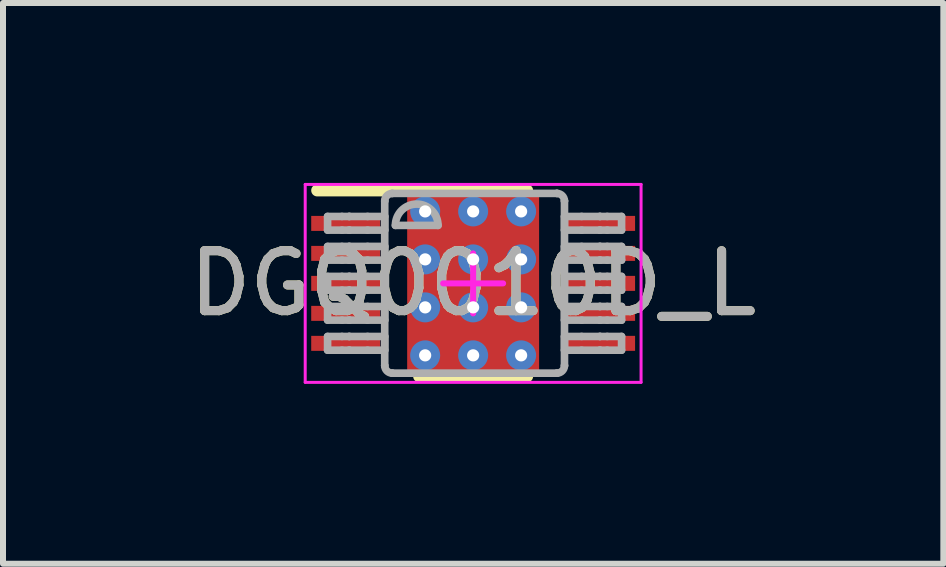
<source format=kicad_pcb>
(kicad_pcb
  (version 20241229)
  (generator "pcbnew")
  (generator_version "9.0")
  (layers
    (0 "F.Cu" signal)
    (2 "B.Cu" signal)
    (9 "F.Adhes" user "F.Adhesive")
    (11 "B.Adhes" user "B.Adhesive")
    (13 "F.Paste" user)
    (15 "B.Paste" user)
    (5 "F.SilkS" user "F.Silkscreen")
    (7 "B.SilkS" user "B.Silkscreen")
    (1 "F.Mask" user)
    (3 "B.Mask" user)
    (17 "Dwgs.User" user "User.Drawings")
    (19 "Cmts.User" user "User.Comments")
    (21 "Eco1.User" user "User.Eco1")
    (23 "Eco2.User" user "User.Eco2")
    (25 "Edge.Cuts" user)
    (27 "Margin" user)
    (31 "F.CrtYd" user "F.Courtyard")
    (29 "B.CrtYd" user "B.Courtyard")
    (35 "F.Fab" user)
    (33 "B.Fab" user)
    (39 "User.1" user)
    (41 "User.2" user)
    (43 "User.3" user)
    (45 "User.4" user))
  (footprint "DGQ0010D_L"
    (layer "F.Cu")
    (at 4.839 1.675)
    (property "Reference" "DGQ0010D_L" (at 0 0 0) (unlocked yes) (layer "F.SilkS") (effects (font (size 1 1) (thickness 0.15))))
    (attr through_hole)
    (fp_poly (pts (xy -0.915 0.899) (xy -0.915 -0.899) (xy -0.914 -0.908) (xy -0.912 -0.917) (xy -0.907 -0.925) (xy -0.902 -0.932) (xy -0.895 -0.937) (xy -0.887 -0.942) (xy -0.878 -0.944) (xy -0.869 -0.945) (xy 0.869 -0.945) (xy 0.878 -0.944) (xy 0.887 -0.942) (xy 0.895 -0.937) (xy 0.902 -0.932) (xy 0.907 -0.925) (xy 0.912 -0.917) (xy 0.914 -0.908) (xy 0.915 -0.899) (xy 0.915 0.899) (xy 0.914 0.908) (xy 0.912 0.917) (xy 0.907 0.925) (xy 0.902 0.932) (xy 0.895 0.937) (xy 0.887 0.942) (xy 0.878 0.944) (xy 0.869 0.945) (xy -0.869 0.945) (xy -0.878 0.944) (xy -0.887 0.942) (xy -0.895 0.937) (xy -0.902 0.932) (xy -0.907 0.925) (xy -0.912 0.917) (xy -0.914 0.908)) (stroke (width 0) (type solid)) (fill yes) (layer "F.Mask"))
    (fp_line (start -2.6 -1.55) (end 0.9 -1.55) (stroke (width 0.2) (type solid)) (layer "F.SilkS"))
    (fp_line (start -0.9 1.55) (end 0.9 1.55) (stroke (width 0.2) (type solid)) (layer "F.SilkS"))
    (fp_poly (pts (xy -0.915 0.899) (xy -0.915 -0.899) (xy -0.914 -0.908) (xy -0.912 -0.917) (xy -0.907 -0.925) (xy -0.902 -0.932) (xy -0.895 -0.937) (xy -0.887 -0.942) (xy -0.878 -0.944) (xy -0.869 -0.945) (xy 0.869 -0.945) (xy 0.878 -0.944) (xy 0.887 -0.942) (xy 0.895 -0.937) (xy 0.902 -0.932) (xy 0.907 -0.925) (xy 0.912 -0.917) (xy 0.914 -0.908) (xy 0.915 -0.899) (xy 0.915 0.899) (xy 0.914 0.908) (xy 0.912 0.917) (xy 0.907 0.925) (xy 0.902 0.932) (xy 0.895 0.937) (xy 0.887 0.942) (xy 0.878 0.944) (xy 0.869 0.945) (xy -0.869 0.945) (xy -0.878 0.944) (xy -0.887 0.942) (xy -0.895 0.937) (xy -0.902 0.932) (xy -0.907 0.925) (xy -0.912 0.917) (xy -0.914 0.908)) (stroke (width 0) (type solid)) (fill yes) (layer "F.Paste"))
    (fp_line (start -2.8 -1.65) (end 2.8 -1.65) (stroke (width 0.05) (type solid)) (layer "F.CrtYd"))
    (fp_line (start -2.8 1.65) (end -2.8 -1.65) (stroke (width 0.05) (type solid)) (layer "F.CrtYd"))
    (fp_line (start -2.8 1.65) (end 2.8 1.65) (stroke (width 0.05) (type solid)) (layer "F.CrtYd"))
    (fp_line (start -0.5 0) (end 0.5 0) (stroke (width 0.1) (type solid)) (layer "F.CrtYd"))
    (fp_line (start -0.000003 0.5) (end -0.000003 -0.5) (stroke (width 0.1) (type solid)) (layer "F.CrtYd"))
    (fp_line (start 2.8 1.65) (end 2.8 -1.65) (stroke (width 0.05) (type solid)) (layer "F.CrtYd"))
    (fp_line (start -2.427 -1.116) (end -2.187 -1.116) (stroke (width 0.127) (type solid)) (layer "F.Fab"))
    (fp_line (start -2.427 -0.888) (end -2.427 -1.116) (stroke (width 0.127) (type solid)) (layer "F.Fab"))
    (fp_line (start -2.427 -0.888) (end -2.187 -0.888) (stroke (width 0.127) (type solid)) (layer "F.Fab"))
    (fp_line (start -2.427 -0.616) (end -2.187 -0.616) (stroke (width 0.127) (type solid)) (layer "F.Fab"))
    (fp_line (start -2.427 -0.388) (end -2.427 -0.616) (stroke (width 0.127) (type solid)) (layer "F.Fab"))
    (fp_line (start -2.427 -0.388) (end -2.187 -0.388) (stroke (width 0.127) (type solid)) (layer "F.Fab"))
    (fp_line (start -2.427 -0.116) (end -2.187 -0.116) (stroke (width 0.127) (type solid)) (layer "F.Fab"))
    (fp_line (start -2.427 0.113) (end -2.427 -0.116) (stroke (width 0.127) (type solid)) (layer "F.Fab"))
    (fp_line (start -2.427 0.113) (end -2.187 0.113) (stroke (width 0.127) (type solid)) (layer "F.Fab"))
    (fp_line (start -2.427 0.385) (end -2.187 0.385) (stroke (width 0.127) (type solid)) (layer "F.Fab"))
    (fp_line (start -2.427 0.613) (end -2.427 0.385) (stroke (width 0.127) (type solid)) (layer "F.Fab"))
    (fp_line (start -2.427 0.613) (end -2.187 0.613) (stroke (width 0.127) (type solid)) (layer "F.Fab"))
    (fp_line (start -2.427 0.885) (end -2.187 0.885) (stroke (width 0.127) (type solid)) (layer "F.Fab"))
    (fp_line (start -2.427 1.114) (end -2.427 0.885) (stroke (width 0.127) (type solid)) (layer "F.Fab"))
    (fp_line (start -2.427 1.114) (end -2.187 1.114) (stroke (width 0.127) (type solid)) (layer "F.Fab"))
    (fp_line (start -2.187 -1.116) (end -2.067 -1.116) (stroke (width 0.127) (type solid)) (layer "F.Fab"))
    (fp_line (start -2.187 -0.888) (end -2.067 -0.888) (stroke (width 0.127) (type solid)) (layer "F.Fab"))
    (fp_line (start -2.187 -0.616) (end -2.067 -0.616) (stroke (width 0.127) (type solid)) (layer "F.Fab"))
    (fp_line (start -2.187 -0.388) (end -2.067 -0.388) (stroke (width 0.127) (type solid)) (layer "F.Fab"))
    (fp_line (start -2.187 -0.116) (end -2.067 -0.116) (stroke (width 0.127) (type solid)) (layer "F.Fab"))
    (fp_line (start -2.187 0.113) (end -2.067 0.113) (stroke (width 0.127) (type solid)) (layer "F.Fab"))
    (fp_line (start -2.187 0.385) (end -2.067 0.385) (stroke (width 0.127) (type solid)) (layer "F.Fab"))
    (fp_line (start -2.187 0.613) (end -2.067 0.613) (stroke (width 0.127) (type solid)) (layer "F.Fab"))
    (fp_line (start -2.187 0.885) (end -2.067 0.885) (stroke (width 0.127) (type solid)) (layer "F.Fab"))
    (fp_line (start -2.187 1.114) (end -2.067 1.114) (stroke (width 0.127) (type solid)) (layer "F.Fab"))
    (fp_line (start -2.067 -1.116) (end -2.064 -1.116) (stroke (width 0.127) (type solid)) (layer "F.Fab"))
    (fp_line (start -2.067 -0.888) (end -2.064 -0.888) (stroke (width 0.127) (type solid)) (layer "F.Fab"))
    (fp_line (start -2.067 -0.616) (end -2.064 -0.616) (stroke (width 0.127) (type solid)) (layer "F.Fab"))
    (fp_line (start -2.067 -0.388) (end -2.064 -0.388) (stroke (width 0.127) (type solid)) (layer "F.Fab"))
    (fp_line (start -2.067 -0.116) (end -2.064 -0.116) (stroke (width 0.127) (type solid)) (layer "F.Fab"))
    (fp_line (start -2.067 0.113) (end -2.064 0.113) (stroke (width 0.127) (type solid)) (layer "F.Fab"))
    (fp_line (start -2.067 0.385) (end -2.064 0.385) (stroke (width 0.127) (type solid)) (layer "F.Fab"))
    (fp_line (start -2.067 0.613) (end -2.064 0.613) (stroke (width 0.127) (type solid)) (layer "F.Fab"))
    (fp_line (start -2.067 0.885) (end -2.064 0.885) (stroke (width 0.127) (type solid)) (layer "F.Fab"))
    (fp_line (start -2.067 1.114) (end -2.064 1.114) (stroke (width 0.127) (type solid)) (layer "F.Fab"))
    (fp_line (start -2.064 -1.116) (end -1.76 -1.116) (stroke (width 0.127) (type solid)) (layer "F.Fab"))
    (fp_line (start -2.064 -0.888) (end -1.76 -0.888) (stroke (width 0.127) (type solid)) (layer "F.Fab"))
    (fp_line (start -2.064 -0.616) (end -1.76 -0.616) (stroke (width 0.127) (type solid)) (layer "F.Fab"))
    (fp_line (start -2.064 -0.388) (end -1.76 -0.388) (stroke (width 0.127) (type solid)) (layer "F.Fab"))
    (fp_line (start -2.064 -0.116) (end -1.76 -0.116) (stroke (width 0.127) (type solid)) (layer "F.Fab"))
    (fp_line (start -2.064 0.113) (end -1.76 0.113) (stroke (width 0.127) (type solid)) (layer "F.Fab"))
    (fp_line (start -2.064 0.385) (end -1.76 0.385) (stroke (width 0.127) (type solid)) (layer "F.Fab"))
    (fp_line (start -2.064 0.613) (end -1.76 0.613) (stroke (width 0.127) (type solid)) (layer "F.Fab"))
    (fp_line (start -2.064 0.885) (end -1.76 0.885) (stroke (width 0.127) (type solid)) (layer "F.Fab"))
    (fp_line (start -2.064 1.114) (end -1.76 1.114) (stroke (width 0.127) (type solid)) (layer "F.Fab"))
    (fp_line (start -1.76 -1.116) (end -1.474 -1.116) (stroke (width 0.127) (type solid)) (layer "F.Fab"))
    (fp_line (start -1.76 -0.888) (end -1.474 -0.888) (stroke (width 0.127) (type solid)) (layer "F.Fab"))
    (fp_line (start -1.76 -0.616) (end -1.474 -0.616) (stroke (width 0.127) (type solid)) (layer "F.Fab"))
    (fp_line (start -1.76 -0.388) (end -1.474 -0.388) (stroke (width 0.127) (type solid)) (layer "F.Fab"))
    (fp_line (start -1.76 -0.116) (end -1.474 -0.116) (stroke (width 0.127) (type solid)) (layer "F.Fab"))
    (fp_line (start -1.76 0.113) (end -1.474 0.113) (stroke (width 0.127) (type solid)) (layer "F.Fab"))
    (fp_line (start -1.76 0.385) (end -1.474 0.385) (stroke (width 0.127) (type solid)) (layer "F.Fab"))
    (fp_line (start -1.76 0.613) (end -1.474 0.613) (stroke (width 0.127) (type solid)) (layer "F.Fab"))
    (fp_line (start -1.76 0.885) (end -1.474 0.885) (stroke (width 0.127) (type solid)) (layer "F.Fab"))
    (fp_line (start -1.76 1.114) (end -1.474 1.114) (stroke (width 0.127) (type solid)) (layer "F.Fab"))
    (fp_line (start -1.474 -1.373) (end -1.474 -1.376) (stroke (width 0.127) (type solid)) (layer "F.Fab"))
    (fp_line (start -1.474 -0.888) (end -1.474 -1.116) (stroke (width 0.127) (type solid)) (layer "F.Fab"))
    (fp_line (start -1.474 -0.388) (end -1.474 -0.616) (stroke (width 0.127) (type solid)) (layer "F.Fab"))
    (fp_line (start -1.474 0.113) (end -1.474 -0.116) (stroke (width 0.127) (type solid)) (layer "F.Fab"))
    (fp_line (start -1.474 0.613) (end -1.474 0.385) (stroke (width 0.127) (type solid)) (layer "F.Fab"))
    (fp_line (start -1.474 1.114) (end -1.474 0.885) (stroke (width 0.127) (type solid)) (layer "F.Fab"))
    (fp_line (start -1.474 1.37) (end -1.474 -1.373) (stroke (width 0.127) (type solid)) (layer "F.Fab"))
    (fp_line (start -1.474 1.37) (end -1.474 1.373) (stroke (width 0.127) (type solid)) (layer "F.Fab"))
    (fp_line (start -1.35 -1.5) (end -1.347 -1.5) (stroke (width 0.127) (type solid)) (layer "F.Fab"))
    (fp_line (start -1.35 1.497) (end -1.347 1.497) (stroke (width 0.127) (type solid)) (layer "F.Fab"))
    (fp_line (start -1.347 -1.5) (end 1.396 -1.5) (stroke (width 0.127) (type solid)) (layer "F.Fab"))
    (fp_line (start -1.347 1.497) (end 1.396 1.497) (stroke (width 0.127) (type solid)) (layer "F.Fab"))
    (fp_line (start -1.296 -0.967) (end -0.585 -0.967) (stroke (width 0.127) (type solid)) (layer "F.Fab"))
    (fp_line (start 1.396 -1.5) (end 1.399 -1.5) (stroke (width 0.127) (type solid)) (layer "F.Fab"))
    (fp_line (start 1.396 1.497) (end 1.399 1.497) (stroke (width 0.127) (type solid)) (layer "F.Fab"))
    (fp_line (start 1.523 -1.376) (end 1.523 -1.373) (stroke (width 0.127) (type solid)) (layer "F.Fab"))
    (fp_line (start 1.523 1.373) (end 1.523 1.37) (stroke (width 0.127) (type solid)) (layer "F.Fab"))
    (fp_line (start 1.523 -1.116) (end 1.809 -1.116) (stroke (width 0.127) (type solid)) (layer "F.Fab"))
    (fp_line (start 1.523 -0.888) (end 1.523 -1.116) (stroke (width 0.127) (type solid)) (layer "F.Fab"))
    (fp_line (start 1.523 -0.888) (end 1.809 -0.888) (stroke (width 0.127) (type solid)) (layer "F.Fab"))
    (fp_line (start 1.523 -0.616) (end 1.809 -0.616) (stroke (width 0.127) (type solid)) (layer "F.Fab"))
    (fp_line (start 1.523 -0.388) (end 1.523 -0.616) (stroke (width 0.127) (type solid)) (layer "F.Fab"))
    (fp_line (start 1.523 -0.388) (end 1.809 -0.388) (stroke (width 0.127) (type solid)) (layer "F.Fab"))
    (fp_line (start 1.523 -0.116) (end 1.809 -0.116) (stroke (width 0.127) (type solid)) (layer "F.Fab"))
    (fp_line (start 1.523 0.113) (end 1.523 -0.116) (stroke (width 0.127) (type solid)) (layer "F.Fab"))
    (fp_line (start 1.523 0.113) (end 1.809 0.113) (stroke (width 0.127) (type solid)) (layer "F.Fab"))
    (fp_line (start 1.523 0.385) (end 1.809 0.385) (stroke (width 0.127) (type solid)) (layer "F.Fab"))
    (fp_line (start 1.523 0.613) (end 1.523 0.385) (stroke (width 0.127) (type solid)) (layer "F.Fab"))
    (fp_line (start 1.523 0.613) (end 1.809 0.613) (stroke (width 0.127) (type solid)) (layer "F.Fab"))
    (fp_line (start 1.523 0.885) (end 1.809 0.885) (stroke (width 0.127) (type solid)) (layer "F.Fab"))
    (fp_line (start 1.523 1.114) (end 1.523 0.885) (stroke (width 0.127) (type solid)) (layer "F.Fab"))
    (fp_line (start 1.523 1.114) (end 1.809 1.114) (stroke (width 0.127) (type solid)) (layer "F.Fab"))
    (fp_line (start 1.523 1.37) (end 1.523 -1.373) (stroke (width 0.127) (type solid)) (layer "F.Fab"))
    (fp_line (start 1.809 -1.116) (end 2.113 -1.116) (stroke (width 0.127) (type solid)) (layer "F.Fab"))
    (fp_line (start 1.809 -0.888) (end 2.113 -0.888) (stroke (width 0.127) (type solid)) (layer "F.Fab"))
    (fp_line (start 1.809 -0.616) (end 2.113 -0.616) (stroke (width 0.127) (type solid)) (layer "F.Fab"))
    (fp_line (start 1.809 -0.388) (end 2.113 -0.388) (stroke (width 0.127) (type solid)) (layer "F.Fab"))
    (fp_line (start 1.809 -0.116) (end 2.113 -0.116) (stroke (width 0.127) (type solid)) (layer "F.Fab"))
    (fp_line (start 1.809 0.113) (end 2.113 0.113) (stroke (width 0.127) (type solid)) (layer "F.Fab"))
    (fp_line (start 1.809 0.385) (end 2.113 0.385) (stroke (width 0.127) (type solid)) (layer "F.Fab"))
    (fp_line (start 1.809 0.613) (end 2.113 0.613) (stroke (width 0.127) (type solid)) (layer "F.Fab"))
    (fp_line (start 1.809 0.885) (end 2.113 0.885) (stroke (width 0.127) (type solid)) (layer "F.Fab"))
    (fp_line (start 1.809 1.114) (end 2.113 1.114) (stroke (width 0.127) (type solid)) (layer "F.Fab"))
    (fp_line (start 2.113 -1.116) (end 2.116 -1.116) (stroke (width 0.127) (type solid)) (layer "F.Fab"))
    (fp_line (start 2.113 -0.888) (end 2.116 -0.888) (stroke (width 0.127) (type solid)) (layer "F.Fab"))
    (fp_line (start 2.113 -0.616) (end 2.116 -0.616) (stroke (width 0.127) (type solid)) (layer "F.Fab"))
    (fp_line (start 2.113 -0.388) (end 2.116 -0.388) (stroke (width 0.127) (type solid)) (layer "F.Fab"))
    (fp_line (start 2.113 -0.116) (end 2.116 -0.116) (stroke (width 0.127) (type solid)) (layer "F.Fab"))
    (fp_line (start 2.113 0.113) (end 2.116 0.113) (stroke (width 0.127) (type solid)) (layer "F.Fab"))
    (fp_line (start 2.113 0.385) (end 2.116 0.385) (stroke (width 0.127) (type solid)) (layer "F.Fab"))
    (fp_line (start 2.113 0.613) (end 2.116 0.613) (stroke (width 0.127) (type solid)) (layer "F.Fab"))
    (fp_line (start 2.113 0.885) (end 2.116 0.885) (stroke (width 0.127) (type solid)) (layer "F.Fab"))
    (fp_line (start 2.113 1.114) (end 2.116 1.114) (stroke (width 0.127) (type solid)) (layer "F.Fab"))
    (fp_line (start 2.116 -1.116) (end 2.236 -1.116) (stroke (width 0.127) (type solid)) (layer "F.Fab"))
    (fp_line (start 2.116 -0.888) (end 2.236 -0.888) (stroke (width 0.127) (type solid)) (layer "F.Fab"))
    (fp_line (start 2.116 -0.616) (end 2.236 -0.616) (stroke (width 0.127) (type solid)) (layer "F.Fab"))
    (fp_line (start 2.116 -0.388) (end 2.236 -0.388) (stroke (width 0.127) (type solid)) (layer "F.Fab"))
    (fp_line (start 2.116 -0.116) (end 2.236 -0.116) (stroke (width 0.127) (type solid)) (layer "F.Fab"))
    (fp_line (start 2.116 0.113) (end 2.236 0.113) (stroke (width 0.127) (type solid)) (layer "F.Fab"))
    (fp_line (start 2.116 0.385) (end 2.236 0.385) (stroke (width 0.127) (type solid)) (layer "F.Fab"))
    (fp_line (start 2.116 0.613) (end 2.236 0.613) (stroke (width 0.127) (type solid)) (layer "F.Fab"))
    (fp_line (start 2.116 0.885) (end 2.236 0.885) (stroke (width 0.127) (type solid)) (layer "F.Fab"))
    (fp_line (start 2.116 1.114) (end 2.236 1.114) (stroke (width 0.127) (type solid)) (layer "F.Fab"))
    (fp_line (start 2.236 -1.116) (end 2.475 -1.116) (stroke (width 0.127) (type solid)) (layer "F.Fab"))
    (fp_line (start 2.236 -0.888) (end 2.475 -0.888) (stroke (width 0.127) (type solid)) (layer "F.Fab"))
    (fp_line (start 2.236 -0.616) (end 2.475 -0.616) (stroke (width 0.127) (type solid)) (layer "F.Fab"))
    (fp_line (start 2.236 -0.388) (end 2.475 -0.388) (stroke (width 0.127) (type solid)) (layer "F.Fab"))
    (fp_line (start 2.236 -0.116) (end 2.475 -0.116) (stroke (width 0.127) (type solid)) (layer "F.Fab"))
    (fp_line (start 2.236 0.113) (end 2.475 0.113) (stroke (width 0.127) (type solid)) (layer "F.Fab"))
    (fp_line (start 2.236 0.385) (end 2.475 0.385) (stroke (width 0.127) (type solid)) (layer "F.Fab"))
    (fp_line (start 2.236 0.613) (end 2.475 0.613) (stroke (width 0.127) (type solid)) (layer "F.Fab"))
    (fp_line (start 2.236 0.885) (end 2.475 0.885) (stroke (width 0.127) (type solid)) (layer "F.Fab"))
    (fp_line (start 2.236 1.114) (end 2.475 1.114) (stroke (width 0.127) (type solid)) (layer "F.Fab"))
    (fp_line (start 2.475 -0.888) (end 2.475 -1.116) (stroke (width 0.127) (type solid)) (layer "F.Fab"))
    (fp_line (start 2.475 -0.388) (end 2.475 -0.616) (stroke (width 0.127) (type solid)) (layer "F.Fab"))
    (fp_line (start 2.475 0.113) (end 2.475 -0.116) (stroke (width 0.127) (type solid)) (layer "F.Fab"))
    (fp_line (start 2.475 0.613) (end 2.475 0.385) (stroke (width 0.127) (type solid)) (layer "F.Fab"))
    (fp_line (start 2.475 1.114) (end 2.475 0.885) (stroke (width 0.127) (type solid)) (layer "F.Fab"))
    (fp_arc (start -1.474232 -1.375768) (mid -1.437062 -1.46283) (end -1.35 -1.5) (stroke (width 0.127) (type solid)) (layer "F.Fab"))
    (fp_arc (start -1.35 1.49715) (mid -1.437062 1.45998) (end -1.474232 1.372918) (stroke (width 0.127) (type solid)) (layer "F.Fab"))
    (fp_arc (start -1.296457 -0.966625) (mid -0.940857 -1.322225) (end -0.585257 -0.966625) (stroke (width 0.127) (type solid)) (layer "F.Fab"))
    (fp_arc (start 1.398686 -1.5) (mid 1.485749 -1.46283) (end 1.522919 -1.375768) (stroke (width 0.127) (type solid)) (layer "F.Fab"))
    (fp_arc (start 1.522919 1.372918) (mid 1.485749 1.45998) (end 1.398686 1.49715) (stroke (width 0.127) (type solid)) (layer "F.Fab"))
    (fp_text user "${REFERENCE}" (at 0 0 0) (unlocked yes) (layer "F.Fab") (effects (font (size 1 1) (thickness 0.15))))
    (pad "1" smd rect (at -2.125 -1 90) (size 0.25 1.15) (layers "F.Cu" "F.Mask" "F.Paste"))
    (pad "2" smd rect (at -2.125 -0.5 90) (size 0.25 1.15) (layers "F.Cu" "F.Mask" "F.Paste"))
    (pad "3" smd rect (at -2.125 0 90) (size 0.25 1.15) (layers "F.Cu" "F.Mask" "F.Paste"))
    (pad "4" smd rect (at -2.125 0.5 90) (size 0.25 1.15) (layers "F.Cu" "F.Mask" "F.Paste"))
    (pad "5" smd rect (at -2.125 1 90) (size 0.25 1.15) (layers "F.Cu" "F.Mask" "F.Paste"))
    (pad "6" smd rect (at 2.125 1 90) (size 0.25 1.15) (layers "F.Cu" "F.Mask" "F.Paste"))
    (pad "7" smd rect (at 2.125 0.5 90) (size 0.25 1.15) (layers "F.Cu" "F.Mask" "F.Paste"))
    (pad "8" smd rect (at 2.125 0 90) (size 0.25 1.15) (layers "F.Cu" "F.Mask" "F.Paste"))
    (pad "9" smd rect (at 2.125 -0.5 90) (size 0.25 1.15) (layers "F.Cu" "F.Mask" "F.Paste"))
    (pad "10" smd rect (at 2.125 -1 90) (size 0.25 1.15) (layers "F.Cu" "F.Mask" "F.Paste"))
    (pad "11" smd rect (at 0 0) (size 2.2 3.1) (layers "F.Cu"))
    (pad "V" thru_hole circle (at -0.8 -1.2) (size 0.5 0.5) (drill 0.203) (layers "*.Cu" "*.Mask"))
    (pad "V" thru_hole circle (at -0.8 -0.4) (size 0.5 0.5) (drill 0.203) (layers "*.Cu" "*.Mask"))
    (pad "V" thru_hole circle (at -0.8 0.4) (size 0.5 0.5) (drill 0.203) (layers "*.Cu" "*.Mask"))
    (pad "V" thru_hole circle (at -0.8 1.2) (size 0.5 0.5) (drill 0.203) (layers "*.Cu" "*.Mask"))
    (pad "V" thru_hole circle (at 0 -1.2) (size 0.5 0.5) (drill 0.203) (layers "*.Cu" "*.Mask"))
    (pad "V" thru_hole circle (at 0 -0.4) (size 0.5 0.5) (drill 0.203) (layers "*.Cu" "*.Mask"))
    (pad "V" thru_hole circle (at 0 0.4) (size 0.5 0.5) (drill 0.203) (layers "*.Cu" "*.Mask"))
    (pad "V" thru_hole circle (at 0 1.2) (size 0.5 0.5) (drill 0.203) (layers "*.Cu" "*.Mask"))
    (pad "V" thru_hole circle (at 0.8 -1.2) (size 0.5 0.5) (drill 0.203) (layers "*.Cu" "*.Mask"))
    (pad "V" thru_hole circle (at 0.8 -0.4) (size 0.5 0.5) (drill 0.203) (layers "*.Cu" "*.Mask"))
    (pad "V" thru_hole circle (at 0.8 0.4) (size 0.5 0.5) (drill 0.203) (layers "*.Cu" "*.Mask"))
    (pad "V" thru_hole circle (at 0.8 1.2) (size 0.5 0.5) (drill 0.203) (layers "*.Cu" "*.Mask")))
  (gr_rect
    (start -3 -3)
    (end 12.679 6.35)
    (stroke (width 0.1) (type default))
    (fill no)
    (layer "Edge.Cuts")))
</source>
